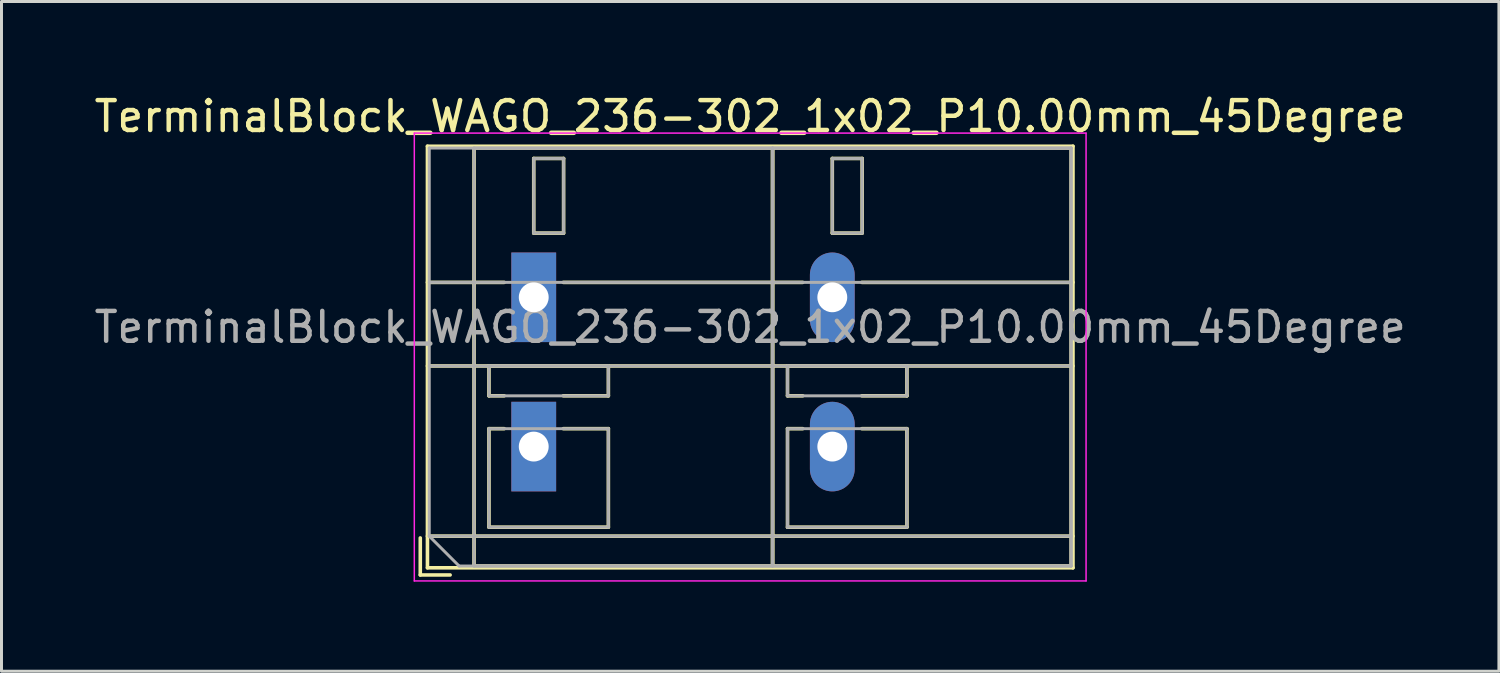
<source format=kicad_pcb>
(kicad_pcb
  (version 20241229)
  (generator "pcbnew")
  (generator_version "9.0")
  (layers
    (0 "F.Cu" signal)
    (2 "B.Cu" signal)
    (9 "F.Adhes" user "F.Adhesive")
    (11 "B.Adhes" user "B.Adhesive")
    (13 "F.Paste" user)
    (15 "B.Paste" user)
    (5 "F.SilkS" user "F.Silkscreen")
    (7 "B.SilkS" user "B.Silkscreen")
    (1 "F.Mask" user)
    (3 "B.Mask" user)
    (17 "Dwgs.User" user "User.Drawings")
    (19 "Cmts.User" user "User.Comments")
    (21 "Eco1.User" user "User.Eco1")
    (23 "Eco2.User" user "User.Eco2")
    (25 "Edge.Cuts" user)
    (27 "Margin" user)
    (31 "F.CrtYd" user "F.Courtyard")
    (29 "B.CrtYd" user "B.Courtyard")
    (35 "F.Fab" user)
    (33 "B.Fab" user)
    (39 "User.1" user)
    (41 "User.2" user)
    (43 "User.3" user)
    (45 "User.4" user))
  (footprint "TerminalBlock_WAGO_236-302_1x02_P10.00mm_45Degree"
    (layer "F.Cu")
    (at 14.827 11.908)
    (property "Reference" "TerminalBlock_WAGO_236-302_1x02_P10.00mm_45Degree" (at 7.25 -11.06 0) (layer "F.SilkS") (effects (font (size 1 1) (thickness 0.15))))
    (attr through_hole)
    (fp_line (start -3.8 3.06) (end -3.8 4.3) (stroke (width 0.12) (type solid)) (layer "F.SilkS"))
    (fp_line (start -3.8 4.3) (end -2.8 4.3) (stroke (width 0.12) (type solid)) (layer "F.SilkS"))
    (fp_line (start -3.56 -10.06) (end -3.56 4.06) (stroke (width 0.12) (type solid)) (layer "F.SilkS"))
    (fp_line (start -3.56 -10.06) (end 18.061 -10.06) (stroke (width 0.12) (type solid)) (layer "F.SilkS"))
    (fp_line (start -3.56 -5.5) (end -0.99 -5.5) (stroke (width 0.12) (type solid)) (layer "F.SilkS"))
    (fp_line (start -3.56 -2.7) (end 18.061 -2.7) (stroke (width 0.12) (type solid)) (layer "F.SilkS"))
    (fp_line (start -3.56 3) (end 18.061 3) (stroke (width 0.12) (type solid)) (layer "F.SilkS"))
    (fp_line (start -3.56 4.06) (end 18.061 4.06) (stroke (width 0.12) (type solid)) (layer "F.SilkS"))
    (fp_line (start -2 -10) (end -2 4) (stroke (width 0.12) (type solid)) (layer "F.SilkS"))
    (fp_line (start -2 -10) (end 8 -10) (stroke (width 0.12) (type solid)) (layer "F.SilkS"))
    (fp_line (start -2 4) (end 8 4) (stroke (width 0.12) (type solid)) (layer "F.SilkS"))
    (fp_line (start -1.5 -2.7) (end -1.5 -1.701) (stroke (width 0.12) (type solid)) (layer "F.SilkS"))
    (fp_line (start -1.5 -2.7) (end 2.5 -2.7) (stroke (width 0.12) (type solid)) (layer "F.SilkS"))
    (fp_line (start -1.5 -1.701) (end -0.99 -1.701) (stroke (width 0.12) (type solid)) (layer "F.SilkS"))
    (fp_line (start -1.5 -0.6) (end -1.5 2.7) (stroke (width 0.12) (type solid)) (layer "F.SilkS"))
    (fp_line (start -1.5 -0.6) (end -0.99 -0.6) (stroke (width 0.12) (type solid)) (layer "F.SilkS"))
    (fp_line (start -1.5 2.7) (end 2.5 2.7) (stroke (width 0.12) (type solid)) (layer "F.SilkS"))
    (fp_line (start 0 -9.65) (end 0 -7.15) (stroke (width 0.12) (type solid)) (layer "F.SilkS"))
    (fp_line (start 0 -9.65) (end 1 -9.65) (stroke (width 0.12) (type solid)) (layer "F.SilkS"))
    (fp_line (start 0 -7.15) (end 1 -7.15) (stroke (width 0.12) (type solid)) (layer "F.SilkS"))
    (fp_line (start 0.99 -5.5) (end 9.01 -5.5) (stroke (width 0.12) (type solid)) (layer "F.SilkS"))
    (fp_line (start 0.99 -1.701) (end 2.5 -1.701) (stroke (width 0.12) (type solid)) (layer "F.SilkS"))
    (fp_line (start 0.99 -0.6) (end 2.5 -0.6) (stroke (width 0.12) (type solid)) (layer "F.SilkS"))
    (fp_line (start 1 -9.65) (end 1 -7.15) (stroke (width 0.12) (type solid)) (layer "F.SilkS"))
    (fp_line (start 2.5 -2.7) (end 2.5 -1.701) (stroke (width 0.12) (type solid)) (layer "F.SilkS"))
    (fp_line (start 2.5 -0.6) (end 2.5 2.7) (stroke (width 0.12) (type solid)) (layer "F.SilkS"))
    (fp_line (start 8 -10) (end 8 4) (stroke (width 0.12) (type solid)) (layer "F.SilkS"))
    (fp_line (start 8 -10) (end 8 4) (stroke (width 0.12) (type solid)) (layer "F.SilkS"))
    (fp_line (start 8 -10) (end 18 -10) (stroke (width 0.12) (type solid)) (layer "F.SilkS"))
    (fp_line (start 8 4) (end 18 4) (stroke (width 0.12) (type solid)) (layer "F.SilkS"))
    (fp_line (start 8.5 -2.7) (end 8.5 -1.701) (stroke (width 0.12) (type solid)) (layer "F.SilkS"))
    (fp_line (start 8.5 -2.7) (end 12.5 -2.7) (stroke (width 0.12) (type solid)) (layer "F.SilkS"))
    (fp_line (start 8.5 -1.701) (end 9.01 -1.701) (stroke (width 0.12) (type solid)) (layer "F.SilkS"))
    (fp_line (start 8.5 -0.6) (end 8.5 2.7) (stroke (width 0.12) (type solid)) (layer "F.SilkS"))
    (fp_line (start 8.5 -0.6) (end 9.01 -0.6) (stroke (width 0.12) (type solid)) (layer "F.SilkS"))
    (fp_line (start 8.5 2.7) (end 12.5 2.7) (stroke (width 0.12) (type solid)) (layer "F.SilkS"))
    (fp_line (start 10 -9.65) (end 10 -7.15) (stroke (width 0.12) (type solid)) (layer "F.SilkS"))
    (fp_line (start 10 -9.65) (end 11 -9.65) (stroke (width 0.12) (type solid)) (layer "F.SilkS"))
    (fp_line (start 10 -7.15) (end 11 -7.15) (stroke (width 0.12) (type solid)) (layer "F.SilkS"))
    (fp_line (start 10.99 -5.5) (end 18.061 -5.5) (stroke (width 0.12) (type solid)) (layer "F.SilkS"))
    (fp_line (start 10.99 -1.701) (end 12.5 -1.701) (stroke (width 0.12) (type solid)) (layer "F.SilkS"))
    (fp_line (start 10.99 -0.6) (end 12.5 -0.6) (stroke (width 0.12) (type solid)) (layer "F.SilkS"))
    (fp_line (start 11 -9.65) (end 11 -7.15) (stroke (width 0.12) (type solid)) (layer "F.SilkS"))
    (fp_line (start 12.5 -2.7) (end 12.5 -1.701) (stroke (width 0.12) (type solid)) (layer "F.SilkS"))
    (fp_line (start 12.5 -0.6) (end 12.5 2.7) (stroke (width 0.12) (type solid)) (layer "F.SilkS"))
    (fp_line (start 18 -10) (end 18 4) (stroke (width 0.12) (type solid)) (layer "F.SilkS"))
    (fp_line (start 18.061 -10.06) (end 18.061 4.06) (stroke (width 0.12) (type solid)) (layer "F.SilkS"))
    (fp_line (start -4 -10.5) (end -4 4.5) (stroke (width 0.05) (type solid)) (layer "F.CrtYd"))
    (fp_line (start -4 4.5) (end 18.5 4.5) (stroke (width 0.05) (type solid)) (layer "F.CrtYd"))
    (fp_line (start 18.5 -10.5) (end -4 -10.5) (stroke (width 0.05) (type solid)) (layer "F.CrtYd"))
    (fp_line (start 18.5 4.5) (end 18.5 -10.5) (stroke (width 0.05) (type solid)) (layer "F.CrtYd"))
    (fp_line (start -3.5 -10) (end 18 -10) (stroke (width 0.1) (type solid)) (layer "F.Fab"))
    (fp_line (start -3.5 -5.5) (end 18 -5.5) (stroke (width 0.1) (type solid)) (layer "F.Fab"))
    (fp_line (start -3.5 -2.7) (end 18 -2.7) (stroke (width 0.1) (type solid)) (layer "F.Fab"))
    (fp_line (start -3.5 3) (end -3.5 -10) (stroke (width 0.1) (type solid)) (layer "F.Fab"))
    (fp_line (start -3.5 3) (end 18 3) (stroke (width 0.1) (type solid)) (layer "F.Fab"))
    (fp_line (start -2.5 4) (end -3.5 3) (stroke (width 0.1) (type solid)) (layer "F.Fab"))
    (fp_line (start -2 -10) (end -2 4) (stroke (width 0.1) (type solid)) (layer "F.Fab"))
    (fp_line (start -2 4) (end 8 4) (stroke (width 0.1) (type solid)) (layer "F.Fab"))
    (fp_line (start -1.5 -2.7) (end -1.5 -1.7) (stroke (width 0.1) (type solid)) (layer "F.Fab"))
    (fp_line (start -1.5 -1.7) (end 2.5 -1.7) (stroke (width 0.1) (type solid)) (layer "F.Fab"))
    (fp_line (start -1.5 -0.6) (end -1.5 2.7) (stroke (width 0.1) (type solid)) (layer "F.Fab"))
    (fp_line (start -1.5 2.7) (end 2.5 2.7) (stroke (width 0.1) (type solid)) (layer "F.Fab"))
    (fp_line (start 0 -9.65) (end 0 -7.15) (stroke (width 0.1) (type solid)) (layer "F.Fab"))
    (fp_line (start 0 -7.15) (end 1 -7.15) (stroke (width 0.1) (type solid)) (layer "F.Fab"))
    (fp_line (start 1 -9.65) (end 0 -9.65) (stroke (width 0.1) (type solid)) (layer "F.Fab"))
    (fp_line (start 1 -7.15) (end 1 -9.65) (stroke (width 0.1) (type solid)) (layer "F.Fab"))
    (fp_line (start 2.5 -2.7) (end -1.5 -2.7) (stroke (width 0.1) (type solid)) (layer "F.Fab"))
    (fp_line (start 2.5 -1.7) (end 2.5 -2.7) (stroke (width 0.1) (type solid)) (layer "F.Fab"))
    (fp_line (start 2.5 -0.6) (end -1.5 -0.6) (stroke (width 0.1) (type solid)) (layer "F.Fab"))
    (fp_line (start 2.5 2.7) (end 2.5 -0.6) (stroke (width 0.1) (type solid)) (layer "F.Fab"))
    (fp_line (start 8 -10) (end -2 -10) (stroke (width 0.1) (type solid)) (layer "F.Fab"))
    (fp_line (start 8 -10) (end 8 4) (stroke (width 0.1) (type solid)) (layer "F.Fab"))
    (fp_line (start 8 4) (end 8 -10) (stroke (width 0.1) (type solid)) (layer "F.Fab"))
    (fp_line (start 8 4) (end 18 4) (stroke (width 0.1) (type solid)) (layer "F.Fab"))
    (fp_line (start 8.5 -2.7) (end 8.5 -1.7) (stroke (width 0.1) (type solid)) (layer "F.Fab"))
    (fp_line (start 8.5 -1.7) (end 12.5 -1.7) (stroke (width 0.1) (type solid)) (layer "F.Fab"))
    (fp_line (start 8.5 -0.6) (end 8.5 2.7) (stroke (width 0.1) (type solid)) (layer "F.Fab"))
    (fp_line (start 8.5 2.7) (end 12.5 2.7) (stroke (width 0.1) (type solid)) (layer "F.Fab"))
    (fp_line (start 10 -9.65) (end 10 -7.15) (stroke (width 0.1) (type solid)) (layer "F.Fab"))
    (fp_line (start 10 -7.15) (end 11 -7.15) (stroke (width 0.1) (type solid)) (layer "F.Fab"))
    (fp_line (start 11 -9.65) (end 10 -9.65) (stroke (width 0.1) (type solid)) (layer "F.Fab"))
    (fp_line (start 11 -7.15) (end 11 -9.65) (stroke (width 0.1) (type solid)) (layer "F.Fab"))
    (fp_line (start 12.5 -2.7) (end 8.5 -2.7) (stroke (width 0.1) (type solid)) (layer "F.Fab"))
    (fp_line (start 12.5 -1.7) (end 12.5 -2.7) (stroke (width 0.1) (type solid)) (layer "F.Fab"))
    (fp_line (start 12.5 -0.6) (end 8.5 -0.6) (stroke (width 0.1) (type solid)) (layer "F.Fab"))
    (fp_line (start 12.5 2.7) (end 12.5 -0.6) (stroke (width 0.1) (type solid)) (layer "F.Fab"))
    (fp_line (start 18 -10) (end 8 -10) (stroke (width 0.1) (type solid)) (layer "F.Fab"))
    (fp_line (start 18 -10) (end 18 4) (stroke (width 0.1) (type solid)) (layer "F.Fab"))
    (fp_line (start 18 4) (end -2.5 4) (stroke (width 0.1) (type solid)) (layer "F.Fab"))
    (fp_line (start 18 4) (end 18 -10) (stroke (width 0.1) (type solid)) (layer "F.Fab"))
    (fp_text user "${REFERENCE}" (at 7.25 -4 0) (layer "F.Fab") (effects (font (size 1 1) (thickness 0.15))))
    (pad "1" thru_hole rect (at 0 -5) (size 1.5 3) (drill 1) (layers "*.Cu" "*.Mask"))
    (pad "1" thru_hole rect (at 0 0) (size 1.5 3) (drill 1) (layers "*.Cu" "*.Mask"))
    (pad "2" thru_hole oval (at 10 -5) (size 1.5 3) (drill 1) (layers "*.Cu" "*.Mask"))
    (pad "2" thru_hole oval (at 10 0) (size 1.5 3) (drill 1) (layers "*.Cu" "*.Mask")))
  (gr_rect
    (start -3 -3)
    (end 47.155 19.433)
    (stroke (width 0.1) (type default))
    (fill no)
    (layer "Edge.Cuts")))
</source>
